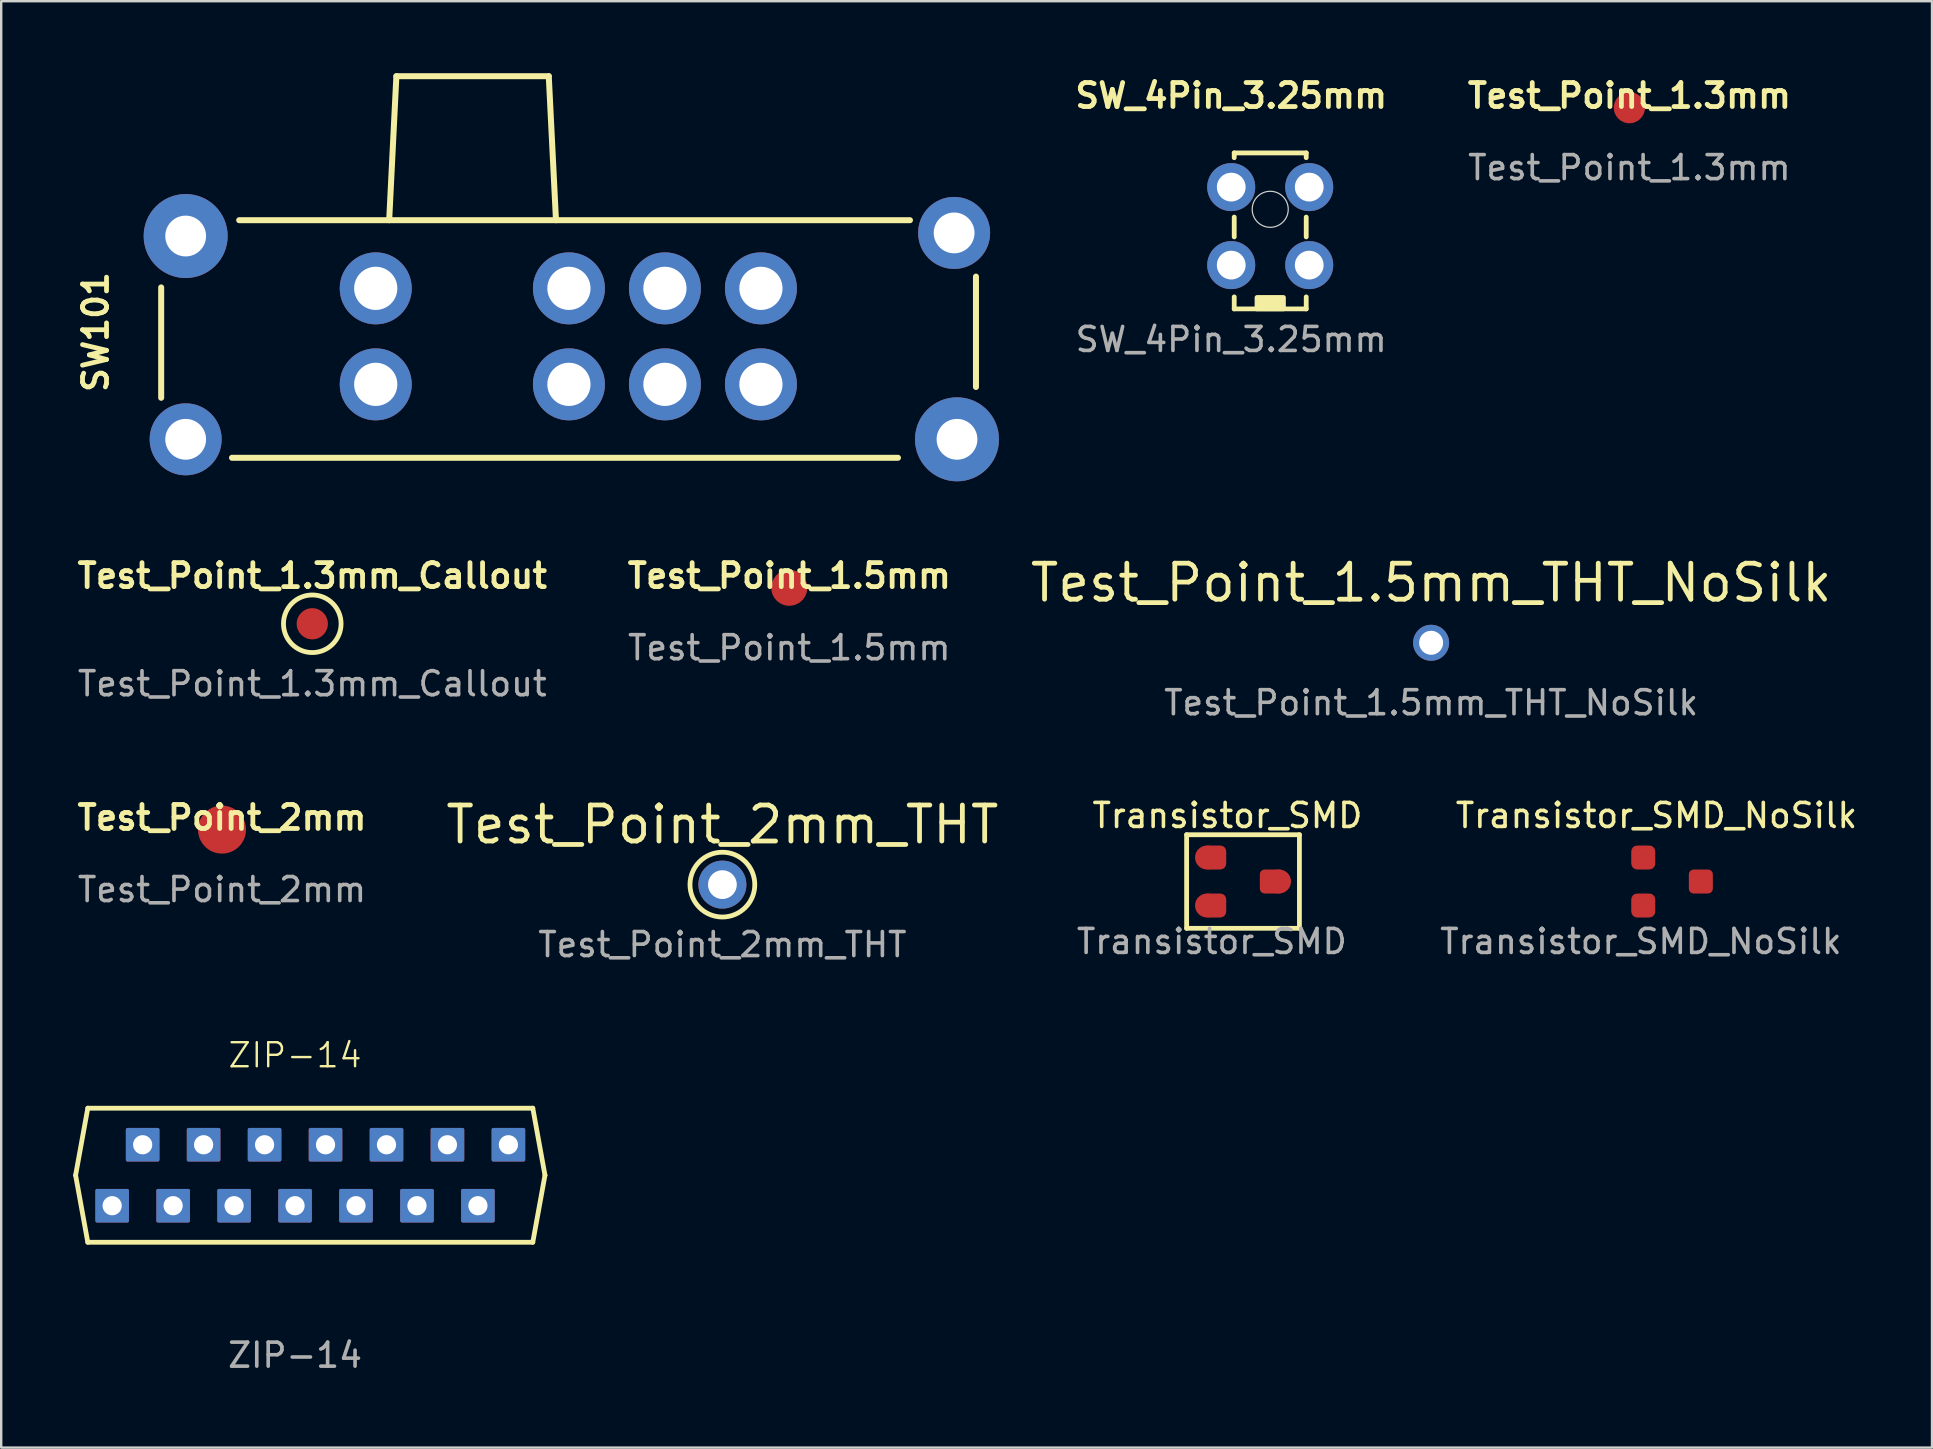
<source format=kicad_pcb>
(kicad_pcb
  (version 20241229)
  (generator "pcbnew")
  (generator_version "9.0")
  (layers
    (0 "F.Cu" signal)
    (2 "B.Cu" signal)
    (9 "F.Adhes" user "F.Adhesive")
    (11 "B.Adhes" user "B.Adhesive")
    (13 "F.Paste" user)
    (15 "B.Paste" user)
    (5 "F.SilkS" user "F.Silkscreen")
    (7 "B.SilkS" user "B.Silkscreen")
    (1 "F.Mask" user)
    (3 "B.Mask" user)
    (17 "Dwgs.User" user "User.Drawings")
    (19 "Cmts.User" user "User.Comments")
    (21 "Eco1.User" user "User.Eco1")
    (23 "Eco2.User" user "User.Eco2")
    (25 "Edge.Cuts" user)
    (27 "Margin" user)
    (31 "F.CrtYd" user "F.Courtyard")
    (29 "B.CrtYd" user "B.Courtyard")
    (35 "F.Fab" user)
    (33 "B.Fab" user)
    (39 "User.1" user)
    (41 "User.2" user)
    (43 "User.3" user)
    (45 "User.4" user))
  (footprint "Test_Point_1.3mm"
    (layer "F.Cu")
    (at 64.843 1.436)
    (property "Reference" "Test_Point_1.3mm" (at 0 -0.5 0) (unlocked yes) (layer "F.SilkS") (effects (font (size 1 1) (thickness 0.2) (bold yes))))
    (attr smd)
    (fp_text user "${REFERENCE}" (at 0 2.5 0) (unlocked yes) (layer "F.Fab") (effects (font (size 1 1) (thickness 0.15))))
    (pad "1" smd circle (at 0 0) (size 1.3 1.3) (layers "F.Cu" "F.Mask" "F.Paste")))
  (footprint "Test_Point_1.3mm_Callout"
    (layer "F.Cu")
    (at 9.962 22.941)
    (property "Reference" "Test_Point_1.3mm_Callout" (at 0 -2 0) (unlocked yes) (layer "F.SilkS") (effects (font (size 1 1) (thickness 0.2) (bold yes))))
    (attr smd)
    (fp_circle (center 0 0) (end 1.2 0) (stroke (width 0.2) (type default)) (fill no) (layer "F.SilkS"))
    (fp_text user "${REFERENCE}" (at 0 2.5 0) (unlocked yes) (layer "F.Fab") (effects (font (size 1 1) (thickness 0.15))))
    (pad "1" smd circle (at 0 0) (size 1.3 1.3) (layers "F.Cu" "F.Mask" "F.Paste")))
  (footprint "SW_4Pin_3.25mm"
    (layer "F.Cu")
    (at 48.252 4.746)
    (property "Reference" "SW_4Pin_3.25mm" (at 0 -3.81 0) (unlocked yes) (layer "F.SilkS") (effects (font (size 1 1) (thickness 0.2) (bold yes))))
    (attr through_hole)
    (fp_line (start 0.125 -1.425) (end 3.125 -1.425) (stroke (width 0.2) (type default)) (layer "F.SilkS"))
    (fp_line (start 0.125 -1.225) (end 0.125 -1.425) (stroke (width 0.2) (type default)) (layer "F.SilkS"))
    (fp_line (start 0.125 1.25) (end 0.125 2.075) (stroke (width 0.2) (type default)) (layer "F.SilkS"))
    (fp_line (start 0.125 4.575) (end 0.125 5.075) (stroke (width 0.2) (type default)) (layer "F.SilkS"))
    (fp_line (start 0.125 5.075) (end 3.125 5.075) (stroke (width 0.2) (type default)) (layer "F.SilkS"))
    (fp_line (start 3.125 -1.225) (end 3.125 -1.425) (stroke (width 0.2) (type default)) (layer "F.SilkS"))
    (fp_line (start 3.125 1.25) (end 3.125 2.075) (stroke (width 0.2) (type default)) (layer "F.SilkS"))
    (fp_line (start 3.125 4.575) (end 3.125 5.075) (stroke (width 0.2) (type default)) (layer "F.SilkS"))
    (fp_rect (start 1.075 4.6) (end 2.175 5.075) (stroke (width 0.2) (type solid)) (fill yes) (layer "F.SilkS"))
    (fp_circle (center 1.625 0.925) (end 2.375 0.95) (stroke (width 0.05) (type default)) (fill no) (layer "Edge.Cuts"))
    (fp_text user "${REFERENCE}" (at 0 6.35 0) (unlocked yes) (layer "F.Fab") (effects (font (size 1 1) (thickness 0.15))))
    (pad "1" thru_hole circle (at 0 0) (size 2 2) (drill 1.2) (layers "*.Cu" "*.Mask"))
    (pad "2" thru_hole circle (at 0 3.25) (size 2 2) (drill 1.2) (layers "*.Cu" "*.Mask"))
    (pad "3" thru_hole circle (at 3.25 0) (size 2 2) (drill 1.2) (layers "*.Cu" "*.Mask"))
    (pad "4" thru_hole circle (at 3.25 3.25) (size 2 2) (drill 1.2) (layers "*.Cu" "*.Mask")))
  (footprint "Transistor_SMD"
    (layer "F.Cu")
    (at 47.444 33.68)
    (property "Reference" "Transistor_SMD" (at 0.65 -2.75 0) (unlocked yes) (layer "F.SilkS") (effects (font (size 1 1) (thickness 0.15))))
    (attr smd)
    (fp_line (start -1.05 -1.95) (end 3.65 -1.95) (stroke (width 0.2) (type default)) (layer "F.SilkS"))
    (fp_line (start -1.05 1.95) (end -1.05 -1.95) (stroke (width 0.2) (type default)) (layer "F.SilkS"))
    (fp_line (start -1.05 1.95) (end 3.65 1.95) (stroke (width 0.2) (type default)) (layer "F.SilkS"))
    (fp_line (start 3.65 -1.95) (end 3.65 1.95) (stroke (width 0.2) (type default)) (layer "F.SilkS"))
    (fp_text user "${REFERENCE}" (at 0 2.5 0) (unlocked yes) (layer "F.Fab") (effects (font (size 1 1) (thickness 0.15))))
    (pad "1" smd roundrect (at 2.5 0) (size 1 1) (layers "F.Cu" "F.Mask" "F.Paste") (roundrect_rratio 0.2))
    (pad "1" smd circle (at 2.8 0) (size 1 1) (layers "F.Cu" "F.Mask" "F.Paste"))
    (pad "2" smd circle (at -0.2 -1) (size 1 1) (layers "F.Cu" "F.Mask" "F.Paste"))
    (pad "2" smd roundrect (at 0.1 -1) (size 1 1) (layers "F.Cu" "F.Mask" "F.Paste") (roundrect_rratio 0.25))
    (pad "3" smd circle (at -0.2 1) (size 1 1) (layers "F.Cu" "F.Mask" "F.Paste"))
    (pad "3" smd roundrect (at 0.1 1) (size 1 1) (layers "F.Cu" "F.Mask" "F.Paste") (roundrect_rratio 0.25)))
  (footprint "Test_Point_2mm"
    (layer "F.Cu")
    (at 6.2 31.518)
    (property "Reference" "Test_Point_2mm" (at 0 -0.5 0) (unlocked yes) (layer "F.SilkS") (effects (font (size 1 1) (thickness 0.2) (bold yes))))
    (attr smd)
    (fp_text user "${REFERENCE}" (at 0 2.5 0) (unlocked yes) (layer "F.Fab") (effects (font (size 1 1) (thickness 0.15))))
    (pad "1" smd circle (at 0 0) (size 2 2) (layers "F.Cu" "F.Mask" "F.Paste")))
  (footprint "Test_Point_1.5mm_THT_NoSilk"
    (layer "F.Cu")
    (at 56.581 23.733)
    (property "Reference" "Test_Point_1.5mm_THT_NoSilk" (at 0 -2.5 0) (unlocked yes) (layer "F.SilkS") (effects (font (size 1.5 1.5) (thickness 0.2) (bold yes))))
    (attr through_hole)
    (fp_text user "${REFERENCE}" (at 0 2.5 0) (unlocked yes) (layer "F.Fab") (effects (font (size 1 1) (thickness 0.15))))
    (pad "1" thru_hole circle (at 0 0) (size 1.5 1.5) (drill 1) (layers "*.Cu" "*.Mask")))
  (footprint "ZIP-14"
    (layer "F.Cu")
    (at 9.244 45.919)
    (property "Reference" "ZIP-14" (at 0 -5 0) (unlocked yes) (layer "F.SilkS") (effects (font (size 1 1) (thickness 0.1))))
    (attr through_hole)
    (fp_line (start -9.144 0) (end -8.636 -2.794) (stroke (width 0.2) (type default)) (layer "F.SilkS"))
    (fp_line (start -8.636 -2.794) (end 9.906 -2.794) (stroke (width 0.2) (type default)) (layer "F.SilkS"))
    (fp_line (start -8.636 2.794) (end -9.144 0) (stroke (width 0.2) (type default)) (layer "F.SilkS"))
    (fp_line (start 9.906 -2.794) (end 10.414 0) (stroke (width 0.2) (type default)) (layer "F.SilkS"))
    (fp_line (start 9.906 2.794) (end -8.636 2.794) (stroke (width 0.2) (type default)) (layer "F.SilkS"))
    (fp_line (start 10.414 0) (end 9.906 2.794) (stroke (width 0.2) (type default)) (layer "F.SilkS"))
    (fp_text user "${REFERENCE}" (at 0 7.5 0) (unlocked yes) (layer "F.Fab") (effects (font (size 1 1) (thickness 0.15))))
    (pad "1" thru_hole roundrect (at -7.62 1.27 180) (size 1.4 1.4) (drill 0.8) (layers "*.Cu" "*.Mask") (roundrect_rratio 0.05))
    (pad "2" thru_hole roundrect (at -6.35 -1.27 180) (size 1.4 1.4) (drill 0.8) (layers "*.Cu" "*.Mask") (roundrect_rratio 0.05))
    (pad "3" thru_hole roundrect (at -5.08 1.27 180) (size 1.4 1.4) (drill 0.8) (layers "*.Cu" "*.Mask") (roundrect_rratio 0.05))
    (pad "4" thru_hole roundrect (at -3.81 -1.27 180) (size 1.4 1.4) (drill 0.8) (layers "*.Cu" "*.Mask") (roundrect_rratio 0.05))
    (pad "5" thru_hole roundrect (at -2.54 1.27 180) (size 1.4 1.4) (drill 0.8) (layers "*.Cu" "*.Mask") (roundrect_rratio 0.05))
    (pad "6" thru_hole roundrect (at -1.27 -1.27 180) (size 1.4 1.4) (drill 0.8) (layers "*.Cu" "*.Mask") (roundrect_rratio 0.05))
    (pad "7" thru_hole roundrect (at 0 1.27 180) (size 1.4 1.4) (drill 0.8) (layers "*.Cu" "*.Mask") (roundrect_rratio 0.05))
    (pad "8" thru_hole roundrect (at 1.27 -1.27 180) (size 1.4 1.4) (drill 0.8) (layers "*.Cu" "*.Mask") (roundrect_rratio 0.05))
    (pad "9" thru_hole roundrect (at 2.54 1.27 180) (size 1.4 1.4) (drill 0.8) (layers "*.Cu" "*.Mask") (roundrect_rratio 0.05))
    (pad "10" thru_hole roundrect (at 3.81 -1.27 180) (size 1.4 1.4) (drill 0.8) (layers "*.Cu" "*.Mask") (roundrect_rratio 0.05))
    (pad "11" thru_hole roundrect (at 5.08 1.27 180) (size 1.4 1.4) (drill 0.8) (layers "*.Cu" "*.Mask") (roundrect_rratio 0.05))
    (pad "12" thru_hole roundrect (at 6.35 -1.27 180) (size 1.4 1.4) (drill 0.8) (layers "*.Cu" "*.Mask") (roundrect_rratio 0.05))
    (pad "13" thru_hole roundrect (at 7.62 1.27 180) (size 1.4 1.4) (drill 0.8) (layers "*.Cu" "*.Mask") (roundrect_rratio 0.05))
    (pad "14" thru_hole roundrect (at 8.89 -1.27 180) (size 1.4 1.4) (drill 0.8) (layers "*.Cu" "*.Mask") (roundrect_rratio 0.05)))
  (footprint "Test_Point_2mm_THT"
    (layer "F.Cu")
    (at 27.05 33.81)
    (property "Reference" "Test_Point_2mm_THT" (at 0 -2.5 0) (unlocked yes) (layer "F.SilkS") (effects (font (size 1.5 1.5) (thickness 0.2) (bold yes))))
    (attr through_hole)
    (fp_circle (center 0 0) (end 1.35 0) (stroke (width 0.2) (type default)) (fill no) (layer "F.SilkS"))
    (fp_text user "${REFERENCE}" (at 0 2.5 0) (unlocked yes) (layer "F.Fab") (effects (font (size 1 1) (thickness 0.15))))
    (pad "1" thru_hole circle (at 0 0) (size 2 2) (drill 1.2) (layers "*.Cu" "*.Mask")))
  (footprint "SW101"
    (layer "F.Cu")
    (at 19.566 11.125)
    (property "Reference" "SW101" (at -18.63 -0.34 270) (layer "F.SilkS") (effects (font (size 1 1) (thickness 0.2) (bold yes))))
    (attr through_hole)
    (fp_line (start -15.9 -2.2) (end -15.9 2.4) (stroke (width 0.25) (type default)) (layer "F.SilkS"))
    (fp_line (start -12.65 -5) (end 15.3 -5) (stroke (width 0.25) (type default)) (layer "F.SilkS"))
    (fp_line (start -6.4 -5) (end -6.1 -11) (stroke (width 0.25) (type default)) (layer "F.SilkS"))
    (fp_line (start -6.1 -11) (end 0.25 -11) (stroke (width 0.25) (type default)) (layer "F.SilkS"))
    (fp_line (start 0.55 -5) (end 0.25 -11) (stroke (width 0.25) (type default)) (layer "F.SilkS"))
    (fp_line (start 14.8 4.9) (end -12.95 4.9) (stroke (width 0.25) (type default)) (layer "F.SilkS"))
    (fp_line (start 18.05 -2.65) (end 18.05 1.95) (stroke (width 0.25) (type default)) (layer "F.SilkS"))
    (pad "0" thru_hole circle (at -14.88 -4.34 180) (size 3.5 3.5) (drill 1.7) (layers "*.Cu" "*.Mask"))
    (pad "0" thru_hole circle (at -14.88 4.13 180) (size 3 3) (drill 1.7) (layers "*.Cu" "*.Mask"))
    (pad "0" thru_hole circle (at 17.14 -4.47 180) (size 3 3) (drill 1.7) (layers "*.Cu" "*.Mask"))
    (pad "0" thru_hole circle (at 17.26 4.13 180) (size 3.5 3.5) (drill 1.7) (layers "*.Cu" "*.Mask"))
    (pad "1" thru_hole circle (at -6.96 -2.16 180) (size 3 3) (drill 1.8) (layers "*.Cu" "*.Mask"))
    (pad "1" thru_hole circle (at -6.96 1.84 180) (size 3 3) (drill 1.8) (layers "*.Cu" "*.Mask"))
    (pad "2" thru_hole circle (at 1.09 -2.16 180) (size 3 3) (drill 1.8) (layers "*.Cu" "*.Mask"))
    (pad "2" thru_hole circle (at 1.09 1.84 180) (size 3 3) (drill 1.8) (layers "*.Cu" "*.Mask"))
    (pad "2" thru_hole circle (at 5.09 -2.16 180) (size 3 3) (drill 1.8) (layers "*.Cu" "*.Mask"))
    (pad "2" thru_hole circle (at 5.09 1.84 180) (size 3 3) (drill 1.8) (layers "*.Cu" "*.Mask"))
    (pad "2" thru_hole circle (at 9.09 -2.16 180) (size 3 3) (drill 1.8) (layers "*.Cu" "*.Mask"))
    (pad "2" thru_hole circle (at 9.09 1.84 180) (size 3 3) (drill 1.8) (layers "*.Cu" "*.Mask")))
  (footprint "Test_Point_1.5mm"
    (layer "F.Cu")
    (at 29.838 21.441)
    (property "Reference" "Test_Point_1.5mm" (at 0 -0.5 0) (unlocked yes) (layer "F.SilkS") (effects (font (size 1 1) (thickness 0.2) (bold yes))))
    (attr smd)
    (fp_text user "${REFERENCE}" (at 0 2.5 0) (unlocked yes) (layer "F.Fab") (effects (font (size 1 1) (thickness 0.15))))
    (pad "1" smd circle (at 0 0) (size 1.5 1.5) (layers "F.Cu" "F.Mask" "F.Paste")))
  (footprint "Transistor_SMD_NoSilk"
    (layer "F.Cu")
    (at 65.32 33.68)
    (property "Reference" "Transistor_SMD_NoSilk" (at 0.65 -2.75 0) (unlocked yes) (layer "F.SilkS") (effects (font (size 1 1) (thickness 0.15))))
    (attr smd)
    (fp_text user "${REFERENCE}" (at 0 2.5 0) (unlocked yes) (layer "F.Fab") (effects (font (size 1 1) (thickness 0.15))))
    (pad "1" smd roundrect (at 2.5 0) (size 1 1) (layers "F.Cu" "F.Mask" "F.Paste") (roundrect_rratio 0.2))
    (pad "2" smd roundrect (at 0.1 -1) (size 1 1) (layers "F.Cu" "F.Mask" "F.Paste") (roundrect_rratio 0.25))
    (pad "3" smd roundrect (at 0.1 1) (size 1 1) (layers "F.Cu" "F.Mask" "F.Paste") (roundrect_rratio 0.25)))
  (gr_rect
    (start -3 -3)
    (end 77.452 57.267)
    (stroke (width 0.1) (type default))
    (fill no)
    (layer "Edge.Cuts")))
</source>
